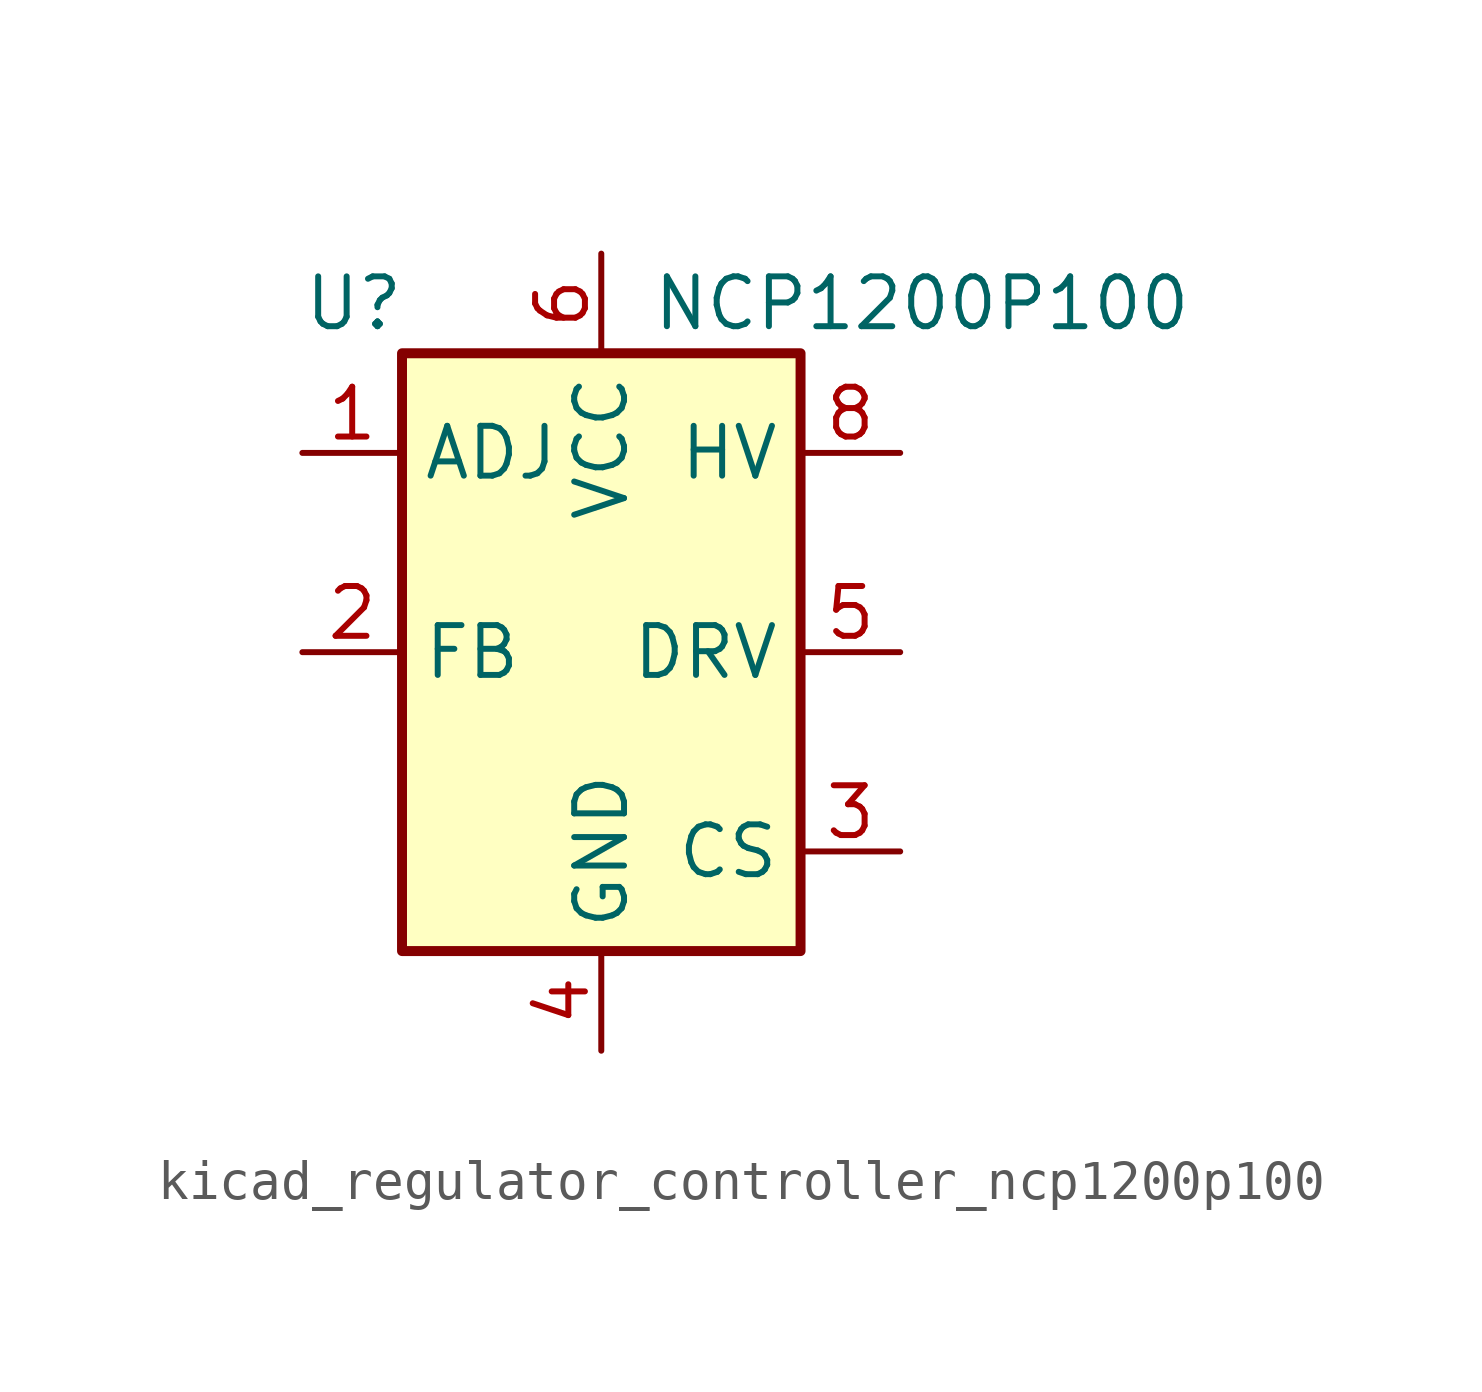
<source format=kicad_sym>
(kicad_symbol_lib
  (version 20220914)
  (generator kicad_symbol_editor)
  (symbol "kicad_regulator_controller_ncp1200p100"
    (property "Reference" "U"
      (at -7.62 8.89 0)
      (effects (font (size 1.27 1.27)) (justify left)))
    (property "Value" "NCP1200P100"
      (at 1.27 8.89 0)
      (effects (font (size 1.27 1.27)) (justify left)))
    (symbol "kicad_regulator_controller_ncp1200p100_0_0"
      (rectangle (start -5.08 7.62) (end 5.08 -7.62) (stroke (width 0.254) (type default)) (fill (type background))))
    (symbol "kicad_regulator_controller_ncp1200p100_1_1"
      (pin input line (at -7.62 5.08 0) (length 2.54) (name "ADJ" (effects (font (size 1.27 1.27)))) (number "1" (effects (font (size 1.27 1.27)))))
      (pin input line (at -7.62 0 0) (length 2.54) (name "FB" (effects (font (size 1.27 1.27)))) (number "2" (effects (font (size 1.27 1.27)))))
      (pin input line (at 7.62 -5.08 180) (length 2.54) (name "CS" (effects (font (size 1.27 1.27)))) (number "3" (effects (font (size 1.27 1.27)))))
      (pin power_in line (at 0 -10.16 90) (length 2.54) (name "GND" (effects (font (size 1.27 1.27)))) (number "4" (effects (font (size 1.27 1.27)))))
      (pin output line (at 7.62 0 180) (length 2.54) (name "DRV" (effects (font (size 1.27 1.27)))) (number "5" (effects (font (size 1.27 1.27)))))
      (pin power_in line (at 0 10.16 270) (length 2.54) (name "VCC" (effects (font (size 1.27 1.27)))) (number "6" (effects (font (size 1.27 1.27)))))
      (pin no_connect line (at -5.08 2.54 0) (length 2.54) hide (name "NC" (effects (font (size 1.27 1.27)))) (number "7" (effects (font (size 1.27 1.27)))))
      (pin input line (at 7.62 5.08 180) (length 2.54) (name "HV" (effects (font (size 1.27 1.27)))) (number "8" (effects (font (size 1.27 1.27))))))))
</source>
